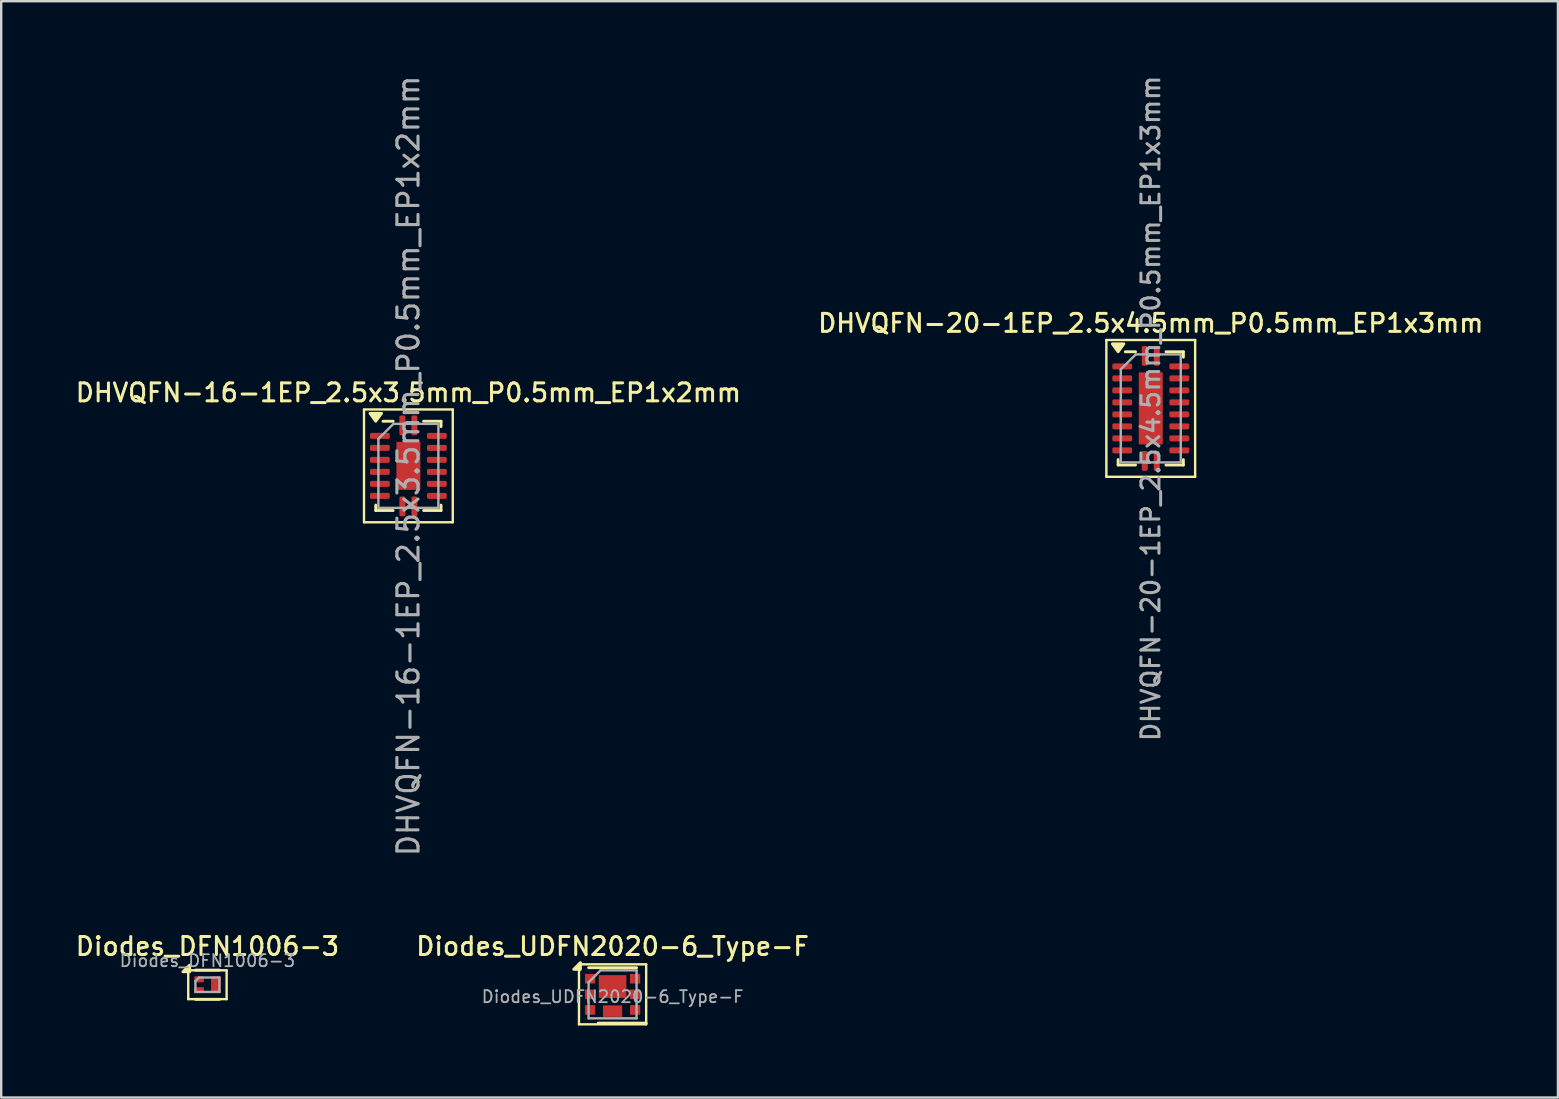
<source format=kicad_pcb>
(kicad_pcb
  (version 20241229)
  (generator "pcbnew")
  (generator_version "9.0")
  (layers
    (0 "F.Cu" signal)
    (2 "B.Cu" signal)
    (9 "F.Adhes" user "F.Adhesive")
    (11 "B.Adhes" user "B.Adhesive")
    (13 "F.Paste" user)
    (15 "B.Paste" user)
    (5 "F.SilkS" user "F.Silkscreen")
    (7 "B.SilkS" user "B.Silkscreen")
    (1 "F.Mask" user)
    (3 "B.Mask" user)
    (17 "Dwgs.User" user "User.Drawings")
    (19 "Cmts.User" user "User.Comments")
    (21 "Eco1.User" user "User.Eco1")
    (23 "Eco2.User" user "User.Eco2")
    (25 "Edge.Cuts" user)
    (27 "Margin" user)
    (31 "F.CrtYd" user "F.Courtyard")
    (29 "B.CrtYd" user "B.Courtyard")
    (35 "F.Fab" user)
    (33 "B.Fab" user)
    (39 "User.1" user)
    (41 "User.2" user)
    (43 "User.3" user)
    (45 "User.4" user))
  (footprint "DHVQFN-20-1EP_2.5x4.5mm_P0.5mm_EP1x3mm"
    (layer "F.Cu")
    (at 44.909 13.97)
    (property "Reference" "DHVQFN-20-1EP_2.5x4.5mm_P0.5mm_EP1x3mm" (at 0 -3.55 0) (layer "F.SilkS") (effects (font (size 0.75 0.75) (thickness 0.125))))
    (attr smd)
    (fp_line (start -1.85 -2.85) (end -1.85 2.85) (stroke (width 0.1) (type solid)) (layer "F.SilkS"))
    (fp_line (start -1.85 2.85) (end 1.85 2.85) (stroke (width 0.1) (type solid)) (layer "F.SilkS"))
    (fp_line (start -1.36 2.36) (end -1.36 2.135) (stroke (width 0.12) (type solid)) (layer "F.SilkS"))
    (fp_line (start -0.635 -2.36) (end -1.06 -2.36) (stroke (width 0.12) (type solid)) (layer "F.SilkS"))
    (fp_line (start -0.635 2.36) (end -1.36 2.36) (stroke (width 0.12) (type solid)) (layer "F.SilkS"))
    (fp_line (start 0.635 -2.36) (end 1.36 -2.36) (stroke (width 0.12) (type solid)) (layer "F.SilkS"))
    (fp_line (start 0.635 2.36) (end 1.36 2.36) (stroke (width 0.12) (type solid)) (layer "F.SilkS"))
    (fp_line (start 1.36 -2.36) (end 1.36 -2.135) (stroke (width 0.12) (type solid)) (layer "F.SilkS"))
    (fp_line (start 1.36 2.36) (end 1.36 2.135) (stroke (width 0.12) (type solid)) (layer "F.SilkS"))
    (fp_line (start 1.85 -2.85) (end -1.85 -2.85) (stroke (width 0.1) (type solid)) (layer "F.SilkS"))
    (fp_line (start 1.85 2.85) (end 1.85 -2.85) (stroke (width 0.1) (type solid)) (layer "F.SilkS"))
    (fp_poly (pts (xy -1.36 -2.36) (xy -1.6 -2.69) (xy -1.12 -2.69) (xy -1.36 -2.36)) (stroke (width 0.12) (type solid)) (fill yes) (layer "F.SilkS"))
    (fp_line (start -1.25 -1.625) (end -0.625 -2.25) (stroke (width 0.1) (type solid)) (layer "F.Fab"))
    (fp_line (start -1.25 2.25) (end -1.25 -1.625) (stroke (width 0.1) (type solid)) (layer "F.Fab"))
    (fp_line (start -0.625 -2.25) (end 1.25 -2.25) (stroke (width 0.1) (type solid)) (layer "F.Fab"))
    (fp_line (start 1.25 -2.25) (end 1.25 2.25) (stroke (width 0.1) (type solid)) (layer "F.Fab"))
    (fp_line (start 1.25 2.25) (end -1.25 2.25) (stroke (width 0.1) (type solid)) (layer "F.Fab"))
    (fp_text user "${REFERENCE}" (at 0 0 90) (layer "F.Fab") (effects (font (size 0.75 0.75) (thickness 0.125))))
    (pad "" smd roundrect (at 0 -0.75) (size 0.81 1.21) (layers "F.Paste") (roundrect_rratio 0.25))
    (pad "" smd roundrect (at 0 0.75) (size 0.81 1.21) (layers "F.Paste") (roundrect_rratio 0.25))
    (pad "1" smd roundrect (at -0.25 -2.188) (size 0.25 0.825) (layers "F.Cu" "F.Mask" "F.Paste") (roundrect_rratio 0.25))
    (pad "2" smd roundrect (at -1.188 -1.75) (size 0.825 0.25) (layers "F.Cu" "F.Mask" "F.Paste") (roundrect_rratio 0.25))
    (pad "3" smd roundrect (at -1.188 -1.25) (size 0.825 0.25) (layers "F.Cu" "F.Mask" "F.Paste") (roundrect_rratio 0.25))
    (pad "4" smd roundrect (at -1.188 -0.75) (size 0.825 0.25) (layers "F.Cu" "F.Mask" "F.Paste") (roundrect_rratio 0.25))
    (pad "5" smd roundrect (at -1.188 -0.25) (size 0.825 0.25) (layers "F.Cu" "F.Mask" "F.Paste") (roundrect_rratio 0.25))
    (pad "6" smd roundrect (at -1.188 0.25) (size 0.825 0.25) (layers "F.Cu" "F.Mask" "F.Paste") (roundrect_rratio 0.25))
    (pad "7" smd roundrect (at -1.188 0.75) (size 0.825 0.25) (layers "F.Cu" "F.Mask" "F.Paste") (roundrect_rratio 0.25))
    (pad "8" smd roundrect (at -1.188 1.25) (size 0.825 0.25) (layers "F.Cu" "F.Mask" "F.Paste") (roundrect_rratio 0.25))
    (pad "9" smd roundrect (at -1.188 1.75) (size 0.825 0.25) (layers "F.Cu" "F.Mask" "F.Paste") (roundrect_rratio 0.25))
    (pad "10" smd roundrect (at -0.25 2.188) (size 0.25 0.825) (layers "F.Cu" "F.Mask" "F.Paste") (roundrect_rratio 0.25))
    (pad "11" smd roundrect (at 0.25 2.188) (size 0.25 0.825) (layers "F.Cu" "F.Mask" "F.Paste") (roundrect_rratio 0.25))
    (pad "12" smd roundrect (at 1.188 1.75) (size 0.825 0.25) (layers "F.Cu" "F.Mask" "F.Paste") (roundrect_rratio 0.25))
    (pad "13" smd roundrect (at 1.188 1.25) (size 0.825 0.25) (layers "F.Cu" "F.Mask" "F.Paste") (roundrect_rratio 0.25))
    (pad "14" smd roundrect (at 1.188 0.75) (size 0.825 0.25) (layers "F.Cu" "F.Mask" "F.Paste") (roundrect_rratio 0.25))
    (pad "15" smd roundrect (at 1.188 0.25) (size 0.825 0.25) (layers "F.Cu" "F.Mask" "F.Paste") (roundrect_rratio 0.25))
    (pad "16" smd roundrect (at 1.188 -0.25) (size 0.825 0.25) (layers "F.Cu" "F.Mask" "F.Paste") (roundrect_rratio 0.25))
    (pad "17" smd roundrect (at 1.188 -0.75) (size 0.825 0.25) (layers "F.Cu" "F.Mask" "F.Paste") (roundrect_rratio 0.25))
    (pad "18" smd roundrect (at 1.188 -1.25) (size 0.825 0.25) (layers "F.Cu" "F.Mask" "F.Paste") (roundrect_rratio 0.25))
    (pad "19" smd roundrect (at 1.188 -1.75) (size 0.825 0.25) (layers "F.Cu" "F.Mask" "F.Paste") (roundrect_rratio 0.25))
    (pad "20" smd roundrect (at 0.25 -2.188) (size 0.25 0.825) (layers "F.Cu" "F.Mask" "F.Paste") (roundrect_rratio 0.25))
    (pad "21" smd rect (at 0 0) (size 1 3) (property pad_prop_heatsink) (layers "F.Cu" "F.Mask")))
  (footprint "Diodes_UDFN2020-6_Type-F"
    (layer "F.Cu")
    (at 22.48 38.39)
    (property "Reference" "Diodes_UDFN2020-6_Type-F" (at 0 -2 0) (layer "F.SilkS") (effects (font (size 0.75 0.75) (thickness 0.125))))
    (attr smd)
    (fp_line (start -1.4 -1.25) (end -1.4 1.25) (stroke (width 0.1) (type solid)) (layer "F.SilkS"))
    (fp_line (start -1.4 1.25) (end 1.4 1.25) (stroke (width 0.1) (type solid)) (layer "F.SilkS"))
    (fp_line (start 1 -1.11) (end -1 -1.11) (stroke (width 0.12) (type solid)) (layer "F.SilkS"))
    (fp_line (start 1.4 -1.25) (end -1.4 -1.25) (stroke (width 0.1) (type solid)) (layer "F.SilkS"))
    (fp_line (start 1.4 1.2) (end -0.6 1.2) (stroke (width 0.12) (type solid)) (layer "F.SilkS"))
    (fp_line (start 1.4 1.25) (end 1.4 -1.25) (stroke (width 0.1) (type solid)) (layer "F.SilkS"))
    (fp_poly (pts (xy -1.34 -1.04) (xy -1.62 -1.04) (xy -1.34 -1.32) (xy -1.34 -1.04)) (stroke (width 0.12) (type solid)) (fill yes) (layer "F.SilkS"))
    (fp_line (start -1 1) (end -1 -0.5) (stroke (width 0.1) (type solid)) (layer "F.Fab"))
    (fp_line (start -0.5 -1) (end -1 -0.5) (stroke (width 0.1) (type solid)) (layer "F.Fab"))
    (fp_line (start -0.5 -1) (end 1 -1) (stroke (width 0.1) (type solid)) (layer "F.Fab"))
    (fp_line (start 1 -1) (end 1 1) (stroke (width 0.1) (type solid)) (layer "F.Fab"))
    (fp_line (start 1 1) (end -1 1) (stroke (width 0.1) (type solid)) (layer "F.Fab"))
    (fp_text user "${REFERENCE}" (at 0 0.1 0) (layer "F.Fab") (effects (font (size 0.5 0.5) (thickness 0.075))))
    (pad "1" smd rect (at -0.938 -0.65) (size 0.425 0.4) (layers "F.Cu" "F.Mask" "F.Paste"))
    (pad "2" smd rect (at -0.938 0) (size 0.425 0.4) (layers "F.Cu" "F.Mask" "F.Paste"))
    (pad "3" smd rect (at -0.938 0.65) (size 0.425 0.4) (layers "F.Cu" "F.Mask" "F.Paste"))
    (pad "4" smd rect (at 0.938 0.65) (size 0.425 0.4) (layers "F.Cu" "F.Mask" "F.Paste"))
    (pad "5" smd rect (at 0.938 0) (size 0.425 0.4) (layers "F.Cu" "F.Mask" "F.Paste"))
    (pad "6" smd rect (at 0.938 -0.65) (size 0.425 0.4) (layers "F.Cu" "F.Mask" "F.Paste"))
    (pad "7" smd rect (at 0 -0.325) (size 1.15 0.95) (layers "F.Cu" "F.Mask" "F.Paste"))
    (pad "8" smd rect (at 0 0.7) (size 0.8 0.48) (layers "F.Cu" "F.Mask" "F.Paste")))
  (footprint "DHVQFN-16-1EP_2.5x3.5mm_P0.5mm_EP1x2mm"
    (layer "F.Cu")
    (at 13.97 16.366)
    (property "Reference" "DHVQFN-16-1EP_2.5x3.5mm_P0.5mm_EP1x2mm" (at 0 -3.05 0) (layer "F.SilkS") (effects (font (size 0.75 0.75) (thickness 0.125))))
    (attr smd)
    (fp_line (start -1.85 -2.35) (end -1.85 2.35) (stroke (width 0.1) (type solid)) (layer "F.SilkS"))
    (fp_line (start -1.85 2.35) (end 1.85 2.35) (stroke (width 0.1) (type solid)) (layer "F.SilkS"))
    (fp_line (start -1.36 1.86) (end -1.36 1.635) (stroke (width 0.12) (type solid)) (layer "F.SilkS"))
    (fp_line (start -0.635 -1.86) (end -1.06 -1.86) (stroke (width 0.12) (type solid)) (layer "F.SilkS"))
    (fp_line (start -0.635 1.86) (end -1.36 1.86) (stroke (width 0.12) (type solid)) (layer "F.SilkS"))
    (fp_line (start 0.635 -1.86) (end 1.36 -1.86) (stroke (width 0.12) (type solid)) (layer "F.SilkS"))
    (fp_line (start 0.635 1.86) (end 1.36 1.86) (stroke (width 0.12) (type solid)) (layer "F.SilkS"))
    (fp_line (start 1.36 -1.86) (end 1.36 -1.635) (stroke (width 0.12) (type solid)) (layer "F.SilkS"))
    (fp_line (start 1.36 1.86) (end 1.36 1.635) (stroke (width 0.12) (type solid)) (layer "F.SilkS"))
    (fp_line (start 1.85 -2.35) (end -1.85 -2.35) (stroke (width 0.1) (type solid)) (layer "F.SilkS"))
    (fp_line (start 1.85 2.35) (end 1.85 -2.35) (stroke (width 0.1) (type solid)) (layer "F.SilkS"))
    (fp_poly (pts (xy -1.36 -1.86) (xy -1.6 -2.19) (xy -1.12 -2.19) (xy -1.36 -1.86)) (stroke (width 0.12) (type solid)) (fill yes) (layer "F.SilkS"))
    (fp_line (start -1.25 -1.125) (end -0.625 -1.75) (stroke (width 0.1) (type solid)) (layer "F.Fab"))
    (fp_line (start -1.25 1.75) (end -1.25 -1.125) (stroke (width 0.1) (type solid)) (layer "F.Fab"))
    (fp_line (start -0.625 -1.75) (end 1.25 -1.75) (stroke (width 0.1) (type solid)) (layer "F.Fab"))
    (fp_line (start 1.25 -1.75) (end 1.25 1.75) (stroke (width 0.1) (type solid)) (layer "F.Fab"))
    (fp_line (start 1.25 1.75) (end -1.25 1.75) (stroke (width 0.1) (type solid)) (layer "F.Fab"))
    (fp_text user "${REFERENCE}" (at 0 0 90) (layer "F.Fab") (effects (font (size 0.88 0.88) (thickness 0.13))))
    (pad "" smd roundrect (at 0 -0.5) (size 0.81 0.81) (layers "F.Paste") (roundrect_rratio 0.25))
    (pad "" smd roundrect (at 0 0.5) (size 0.81 0.81) (layers "F.Paste") (roundrect_rratio 0.25))
    (pad "1" smd roundrect (at -0.25 -1.688) (size 0.25 0.825) (layers "F.Cu" "F.Mask" "F.Paste") (roundrect_rratio 0.25))
    (pad "2" smd roundrect (at -1.188 -1.25) (size 0.825 0.25) (layers "F.Cu" "F.Mask" "F.Paste") (roundrect_rratio 0.25))
    (pad "3" smd roundrect (at -1.188 -0.75) (size 0.825 0.25) (layers "F.Cu" "F.Mask" "F.Paste") (roundrect_rratio 0.25))
    (pad "4" smd roundrect (at -1.188 -0.25) (size 0.825 0.25) (layers "F.Cu" "F.Mask" "F.Paste") (roundrect_rratio 0.25))
    (pad "5" smd roundrect (at -1.188 0.25) (size 0.825 0.25) (layers "F.Cu" "F.Mask" "F.Paste") (roundrect_rratio 0.25))
    (pad "6" smd roundrect (at -1.188 0.75) (size 0.825 0.25) (layers "F.Cu" "F.Mask" "F.Paste") (roundrect_rratio 0.25))
    (pad "7" smd roundrect (at -1.188 1.25) (size 0.825 0.25) (layers "F.Cu" "F.Mask" "F.Paste") (roundrect_rratio 0.25))
    (pad "8" smd roundrect (at -0.25 1.688) (size 0.25 0.825) (layers "F.Cu" "F.Mask" "F.Paste") (roundrect_rratio 0.25))
    (pad "9" smd roundrect (at 0.25 1.688) (size 0.25 0.825) (layers "F.Cu" "F.Mask" "F.Paste") (roundrect_rratio 0.25))
    (pad "10" smd roundrect (at 1.188 1.25) (size 0.825 0.25) (layers "F.Cu" "F.Mask" "F.Paste") (roundrect_rratio 0.25))
    (pad "11" smd roundrect (at 1.188 0.75) (size 0.825 0.25) (layers "F.Cu" "F.Mask" "F.Paste") (roundrect_rratio 0.25))
    (pad "12" smd roundrect (at 1.188 0.25) (size 0.825 0.25) (layers "F.Cu" "F.Mask" "F.Paste") (roundrect_rratio 0.25))
    (pad "13" smd roundrect (at 1.188 -0.25) (size 0.825 0.25) (layers "F.Cu" "F.Mask" "F.Paste") (roundrect_rratio 0.25))
    (pad "14" smd roundrect (at 1.188 -0.75) (size 0.825 0.25) (layers "F.Cu" "F.Mask" "F.Paste") (roundrect_rratio 0.25))
    (pad "15" smd roundrect (at 1.188 -1.25) (size 0.825 0.25) (layers "F.Cu" "F.Mask" "F.Paste") (roundrect_rratio 0.25))
    (pad "16" smd roundrect (at 0.25 -1.688) (size 0.25 0.825) (layers "F.Cu" "F.Mask" "F.Paste") (roundrect_rratio 0.25))
    (pad "17" smd rect (at 0 0) (size 1 2) (property pad_prop_heatsink) (layers "F.Cu" "F.Mask")))
  (footprint "Diodes_DFN1006-3"
    (layer "F.Cu")
    (at 5.595 37.99)
    (property "Reference" "Diodes_DFN1006-3" (at 0 -1.6 0) (layer "F.SilkS") (effects (font (size 0.75 0.75) (thickness 0.125))))
    (attr smd)
    (fp_line (start -0.8 -0.6) (end 0.8 -0.6) (stroke (width 0.1) (type solid)) (layer "F.SilkS"))
    (fp_line (start -0.8 0.6) (end -0.8 -0.6) (stroke (width 0.1) (type solid)) (layer "F.SilkS"))
    (fp_line (start -0.5 -0.61) (end 0.5 -0.61) (stroke (width 0.12) (type default)) (layer "F.SilkS"))
    (fp_line (start -0.5 0.61) (end 0.5 0.61) (stroke (width 0.12) (type default)) (layer "F.SilkS"))
    (fp_line (start 0.8 -0.6) (end 0.8 0.6) (stroke (width 0.1) (type solid)) (layer "F.SilkS"))
    (fp_line (start 0.8 0.6) (end -0.8 0.6) (stroke (width 0.1) (type solid)) (layer "F.SilkS"))
    (fp_poly (pts (xy -0.74 -0.54) (xy -1.02 -0.54) (xy -0.74 -0.82) (xy -0.74 -0.54)) (stroke (width 0.12) (type solid)) (fill yes) (layer "F.SilkS"))
    (fp_line (start -0.5 0.3) (end -0.5 -0.15) (stroke (width 0.1) (type solid)) (layer "F.Fab"))
    (fp_line (start -0.35 -0.3) (end -0.5 -0.15) (stroke (width 0.1) (type solid)) (layer "F.Fab"))
    (fp_line (start -0.35 -0.3) (end 0.5 -0.3) (stroke (width 0.1) (type solid)) (layer "F.Fab"))
    (fp_line (start 0.5 -0.3) (end 0.5 0.3) (stroke (width 0.1) (type solid)) (layer "F.Fab"))
    (fp_line (start 0.5 0.3) (end -0.5 0.3) (stroke (width 0.1) (type solid)) (layer "F.Fab"))
    (fp_text user "${REFERENCE}" (at 0 -1 0) (layer "F.Fab") (effects (font (size 0.5 0.5) (thickness 0.075))))
    (pad "1" smd rect (at -0.35 -0.225 270) (size 0.25 0.4) (layers "F.Cu" "F.Mask" "F.Paste"))
    (pad "2" smd rect (at -0.35 0.225 270) (size 0.25 0.4) (layers "F.Cu" "F.Mask" "F.Paste"))
    (pad "3" smd rect (at 0.35 0 270) (size 0.7 0.4) (layers "F.Cu" "F.Mask" "F.Paste")))
  (gr_rect
    (start -3 -3)
    (end 61.879 42.69)
    (stroke (width 0.1) (type default))
    (fill no)
    (layer "Edge.Cuts")))
</source>
